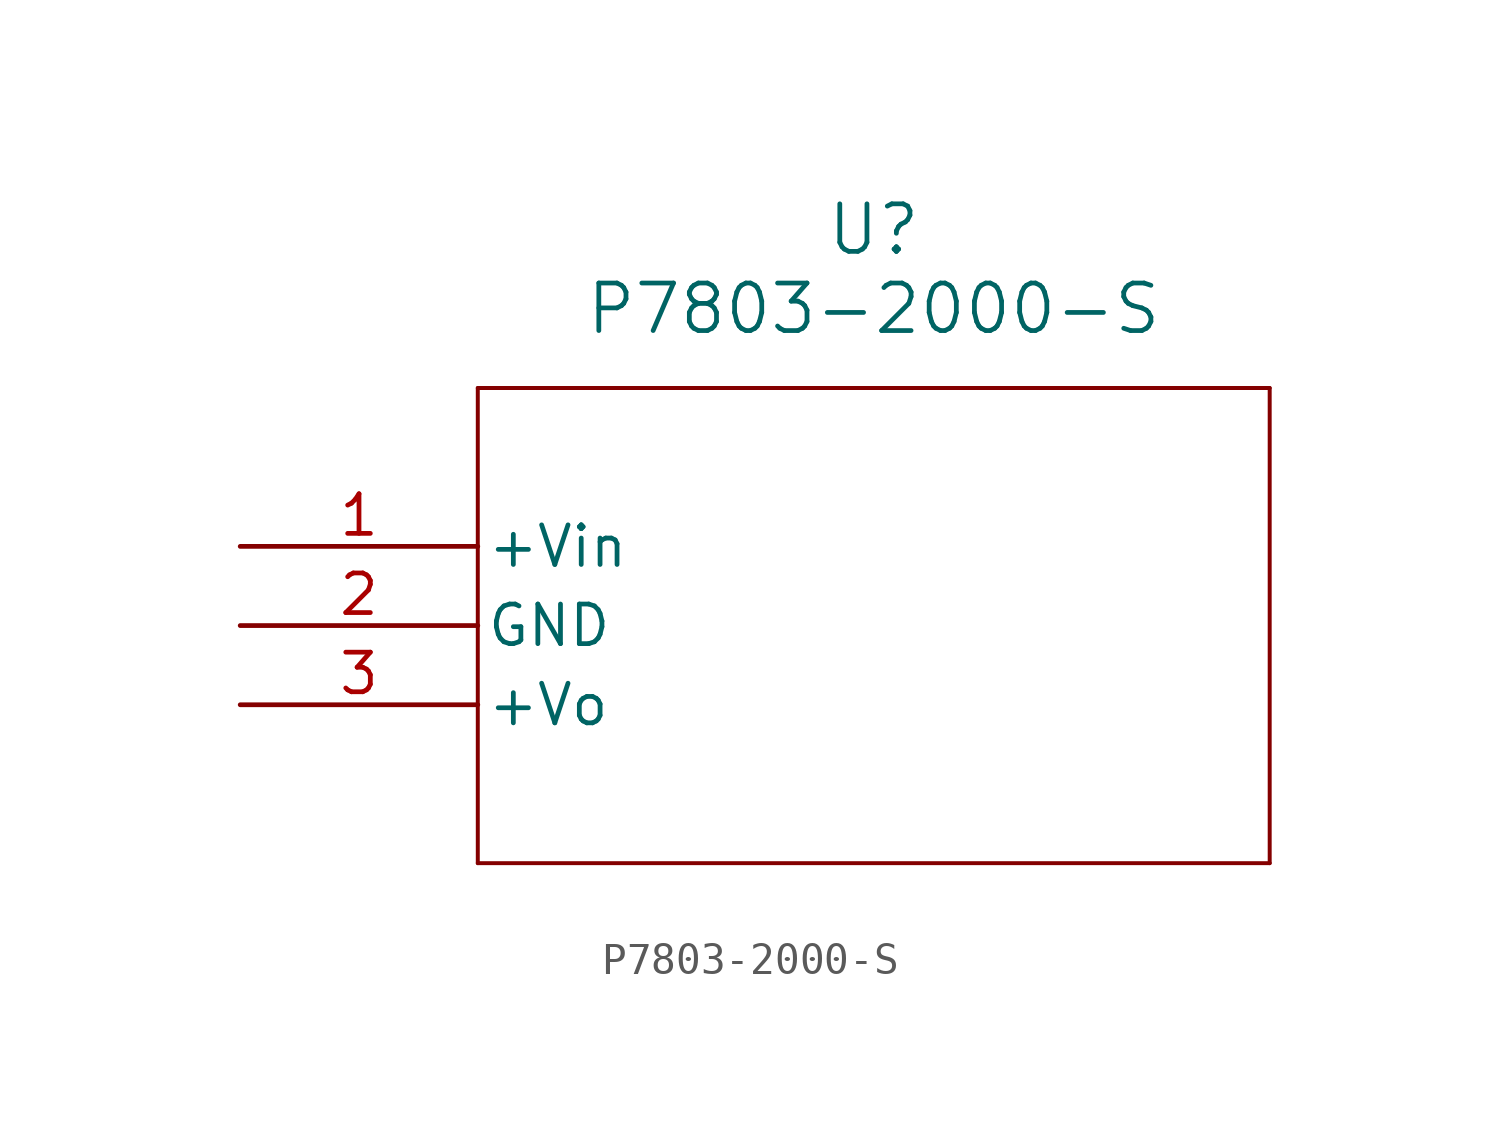
<source format=kicad_sym>
(kicad_symbol_lib
  (version 20211014)
  (generator kicad_symbol_editor)
  (symbol "P7803-2000-S"
    (pin_names
      (offset 0.254))
    (property "Reference" "U"
      (at 20.32 10.16 0)
      (effects (font (size 1.524 1.524))))
    (property "Value" "P7803-2000-S"
      (at 20.32 7.62 0)
      (effects (font (size 1.524 1.524))))
    (symbol "P7803-2000-S_0_1"
      (polyline (pts (xy 7.62 5.08) (xy 7.62 -10.16)) (stroke (width 0.127) (type default) (color 0 0 0 0)) (fill (type none)))
      (polyline (pts (xy 7.62 -10.16) (xy 33.02 -10.16)) (stroke (width 0.127) (type default) (color 0 0 0 0)) (fill (type none)))
      (polyline (pts (xy 33.02 -10.16) (xy 33.02 5.08)) (stroke (width 0.127) (type default) (color 0 0 0 0)) (fill (type none)))
      (polyline (pts (xy 33.02 5.08) (xy 7.62 5.08)) (stroke (width 0.127) (type default) (color 0 0 0 0)) (fill (type none)))
      (pin power_in line (at 0 0 0) (length 7.62) (name "+Vin" (effects (font (size 1.27 1.27)))) (number "1" (effects (font (size 1.27 1.27)))))
      (pin power_out line (at 0 -2.54 0) (length 7.62) (name "GND" (effects (font (size 1.27 1.27)))) (number "2" (effects (font (size 1.27 1.27)))))
      (pin power_in line (at 0 -5.08 0) (length 7.62) (name "+Vo" (effects (font (size 1.27 1.27)))) (number "3" (effects (font (size 1.27 1.27))))))))
</source>
